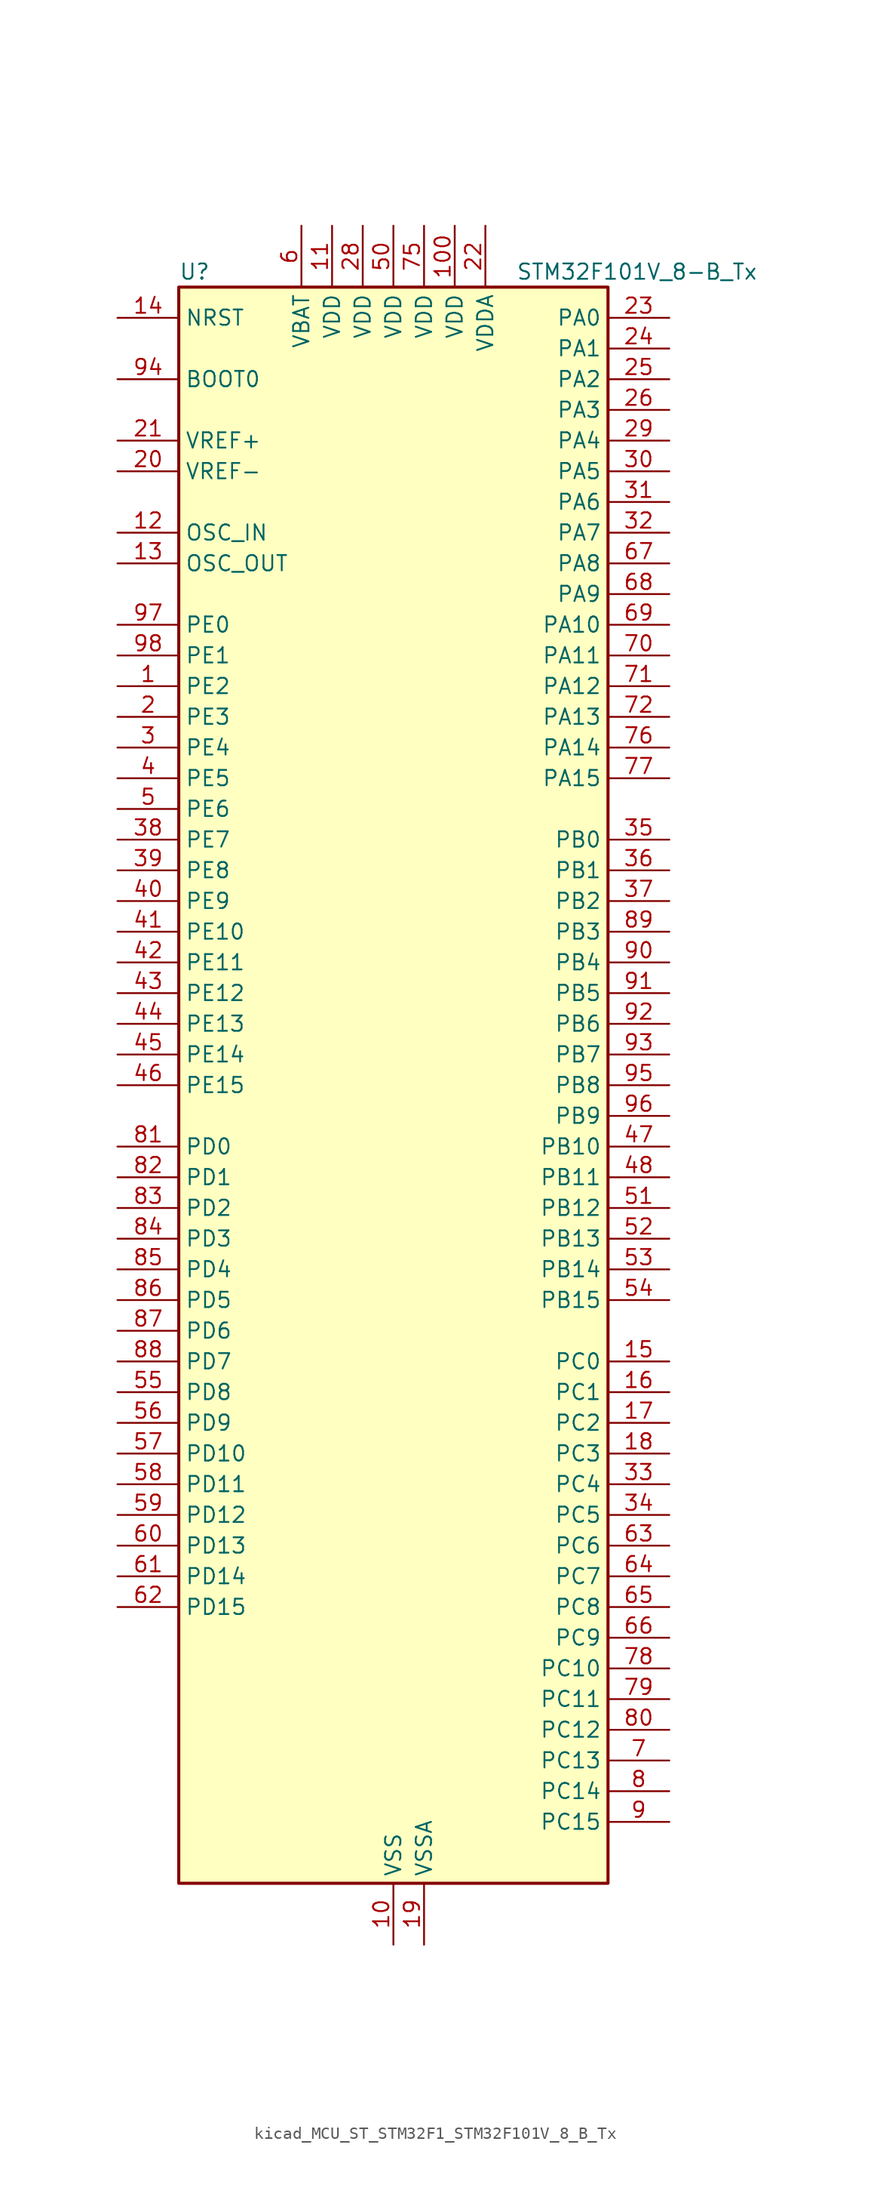
<source format=kicad_sym>
(kicad_symbol_lib
  (version 20220914)
  (generator kicad_symbol_editor)
  (symbol "kicad_MCU_ST_STM32F1_STM32F101V_8_B_Tx"
    (property "Reference" "U"
      (at -17.78 67.31 0)
      (effects (font (size 1.27 1.27)) (justify left)))
    (property "Value" "STM32F101V_8-B_Tx"
      (at 10.16 67.31 0)
      (effects (font (size 1.27 1.27)) (justify left)))
    (property "ki_locked" ""
      (at 0 0 0)
      (effects (font (size 1.27 1.27))))
    (symbol "kicad_MCU_ST_STM32F1_STM32F101V_8_B_Tx_0_1"
      (rectangle (start -17.78 -66.04) (end 17.78 66.04) (stroke (width 0.254) (type default)) (fill (type background))))
    (symbol "kicad_MCU_ST_STM32F1_STM32F101V_8_B_Tx_1_1"
      (pin bidirectional line (at -22.86 33.02 0) (length 5.08) (name "PE2" (effects (font (size 1.27 1.27)))) (number "1" (effects (font (size 1.27 1.27)))) (alternate "SYS_TRACECLK" bidirectional line))
      (pin power_in line (at 0 -71.12 90) (length 5.08) (name "VSS" (effects (font (size 1.27 1.27)))) (number "10" (effects (font (size 1.27 1.27)))))
      (pin power_in line (at 5.08 71.12 270) (length 5.08) (name "VDD" (effects (font (size 1.27 1.27)))) (number "100" (effects (font (size 1.27 1.27)))))
      (pin power_in line (at -5.08 71.12 270) (length 5.08) (name "VDD" (effects (font (size 1.27 1.27)))) (number "11" (effects (font (size 1.27 1.27)))))
      (pin input line (at -22.86 45.72 0) (length 5.08) (name "OSC_IN" (effects (font (size 1.27 1.27)))) (number "12" (effects (font (size 1.27 1.27)))) (alternate "RCC_OSC_IN" bidirectional line))
      (pin input line (at -22.86 43.18 0) (length 5.08) (name "OSC_OUT" (effects (font (size 1.27 1.27)))) (number "13" (effects (font (size 1.27 1.27)))) (alternate "RCC_OSC_OUT" bidirectional line))
      (pin input line (at -22.86 63.5 0) (length 5.08) (name "NRST" (effects (font (size 1.27 1.27)))) (number "14" (effects (font (size 1.27 1.27)))))
      (pin bidirectional line (at 22.86 -22.86 180) (length 5.08) (name "PC0" (effects (font (size 1.27 1.27)))) (number "15" (effects (font (size 1.27 1.27)))) (alternate "ADC1_IN10" bidirectional line))
      (pin bidirectional line (at 22.86 -25.4 180) (length 5.08) (name "PC1" (effects (font (size 1.27 1.27)))) (number "16" (effects (font (size 1.27 1.27)))) (alternate "ADC1_IN11" bidirectional line))
      (pin bidirectional line (at 22.86 -27.94 180) (length 5.08) (name "PC2" (effects (font (size 1.27 1.27)))) (number "17" (effects (font (size 1.27 1.27)))) (alternate "ADC1_IN12" bidirectional line))
      (pin bidirectional line (at 22.86 -30.48 180) (length 5.08) (name "PC3" (effects (font (size 1.27 1.27)))) (number "18" (effects (font (size 1.27 1.27)))) (alternate "ADC1_IN13" bidirectional line))
      (pin power_in line (at 2.54 -71.12 90) (length 5.08) (name "VSSA" (effects (font (size 1.27 1.27)))) (number "19" (effects (font (size 1.27 1.27)))))
      (pin bidirectional line (at -22.86 30.48 0) (length 5.08) (name "PE3" (effects (font (size 1.27 1.27)))) (number "2" (effects (font (size 1.27 1.27)))) (alternate "SYS_TRACED0" bidirectional line))
      (pin input line (at -22.86 50.8 0) (length 5.08) (name "VREF-" (effects (font (size 1.27 1.27)))) (number "20" (effects (font (size 1.27 1.27)))))
      (pin input line (at -22.86 53.34 0) (length 5.08) (name "VREF+" (effects (font (size 1.27 1.27)))) (number "21" (effects (font (size 1.27 1.27)))))
      (pin power_in line (at 7.62 71.12 270) (length 5.08) (name "VDDA" (effects (font (size 1.27 1.27)))) (number "22" (effects (font (size 1.27 1.27)))))
      (pin bidirectional line (at 22.86 63.5 180) (length 5.08) (name "PA0" (effects (font (size 1.27 1.27)))) (number "23" (effects (font (size 1.27 1.27)))) (alternate "ADC1_IN0" bidirectional line) (alternate "SYS_WKUP" bidirectional line) (alternate "TIM2_CH1" bidirectional line) (alternate "TIM2_ETR" bidirectional line) (alternate "USART2_CTS" bidirectional line))
      (pin bidirectional line (at 22.86 60.96 180) (length 5.08) (name "PA1" (effects (font (size 1.27 1.27)))) (number "24" (effects (font (size 1.27 1.27)))) (alternate "ADC1_IN1" bidirectional line) (alternate "TIM2_CH2" bidirectional line) (alternate "USART2_RTS" bidirectional line))
      (pin bidirectional line (at 22.86 58.42 180) (length 5.08) (name "PA2" (effects (font (size 1.27 1.27)))) (number "25" (effects (font (size 1.27 1.27)))) (alternate "ADC1_IN2" bidirectional line) (alternate "TIM2_CH3" bidirectional line) (alternate "USART2_TX" bidirectional line))
      (pin bidirectional line (at 22.86 55.88 180) (length 5.08) (name "PA3" (effects (font (size 1.27 1.27)))) (number "26" (effects (font (size 1.27 1.27)))) (alternate "ADC1_IN3" bidirectional line) (alternate "TIM2_CH4" bidirectional line) (alternate "USART2_RX" bidirectional line))
      (pin passive line (at 0 -71.12 90) (length 5.08) hide (name "VSS" (effects (font (size 1.27 1.27)))) (number "27" (effects (font (size 1.27 1.27)))))
      (pin power_in line (at -2.54 71.12 270) (length 5.08) (name "VDD" (effects (font (size 1.27 1.27)))) (number "28" (effects (font (size 1.27 1.27)))))
      (pin bidirectional line (at 22.86 53.34 180) (length 5.08) (name "PA4" (effects (font (size 1.27 1.27)))) (number "29" (effects (font (size 1.27 1.27)))) (alternate "ADC1_IN4" bidirectional line) (alternate "SPI1_NSS" bidirectional line) (alternate "USART2_CK" bidirectional line))
      (pin bidirectional line (at -22.86 27.94 0) (length 5.08) (name "PE4" (effects (font (size 1.27 1.27)))) (number "3" (effects (font (size 1.27 1.27)))) (alternate "SYS_TRACED1" bidirectional line))
      (pin bidirectional line (at 22.86 50.8 180) (length 5.08) (name "PA5" (effects (font (size 1.27 1.27)))) (number "30" (effects (font (size 1.27 1.27)))) (alternate "ADC1_IN5" bidirectional line) (alternate "SPI1_SCK" bidirectional line))
      (pin bidirectional line (at 22.86 48.26 180) (length 5.08) (name "PA6" (effects (font (size 1.27 1.27)))) (number "31" (effects (font (size 1.27 1.27)))) (alternate "ADC1_IN6" bidirectional line) (alternate "SPI1_MISO" bidirectional line) (alternate "TIM3_CH1" bidirectional line))
      (pin bidirectional line (at 22.86 45.72 180) (length 5.08) (name "PA7" (effects (font (size 1.27 1.27)))) (number "32" (effects (font (size 1.27 1.27)))) (alternate "ADC1_IN7" bidirectional line) (alternate "SPI1_MOSI" bidirectional line) (alternate "TIM3_CH2" bidirectional line))
      (pin bidirectional line (at 22.86 -33.02 180) (length 5.08) (name "PC4" (effects (font (size 1.27 1.27)))) (number "33" (effects (font (size 1.27 1.27)))) (alternate "ADC1_IN14" bidirectional line))
      (pin bidirectional line (at 22.86 -35.56 180) (length 5.08) (name "PC5" (effects (font (size 1.27 1.27)))) (number "34" (effects (font (size 1.27 1.27)))) (alternate "ADC1_IN15" bidirectional line))
      (pin bidirectional line (at 22.86 20.32 180) (length 5.08) (name "PB0" (effects (font (size 1.27 1.27)))) (number "35" (effects (font (size 1.27 1.27)))) (alternate "ADC1_IN8" bidirectional line) (alternate "TIM3_CH3" bidirectional line))
      (pin bidirectional line (at 22.86 17.78 180) (length 5.08) (name "PB1" (effects (font (size 1.27 1.27)))) (number "36" (effects (font (size 1.27 1.27)))) (alternate "ADC1_IN9" bidirectional line) (alternate "TIM3_CH4" bidirectional line))
      (pin bidirectional line (at 22.86 15.24 180) (length 5.08) (name "PB2" (effects (font (size 1.27 1.27)))) (number "37" (effects (font (size 1.27 1.27)))))
      (pin bidirectional line (at -22.86 20.32 0) (length 5.08) (name "PE7" (effects (font (size 1.27 1.27)))) (number "38" (effects (font (size 1.27 1.27)))))
      (pin bidirectional line (at -22.86 17.78 0) (length 5.08) (name "PE8" (effects (font (size 1.27 1.27)))) (number "39" (effects (font (size 1.27 1.27)))))
      (pin bidirectional line (at -22.86 25.4 0) (length 5.08) (name "PE5" (effects (font (size 1.27 1.27)))) (number "4" (effects (font (size 1.27 1.27)))) (alternate "SYS_TRACED2" bidirectional line))
      (pin bidirectional line (at -22.86 15.24 0) (length 5.08) (name "PE9" (effects (font (size 1.27 1.27)))) (number "40" (effects (font (size 1.27 1.27)))))
      (pin bidirectional line (at -22.86 12.7 0) (length 5.08) (name "PE10" (effects (font (size 1.27 1.27)))) (number "41" (effects (font (size 1.27 1.27)))))
      (pin bidirectional line (at -22.86 10.16 0) (length 5.08) (name "PE11" (effects (font (size 1.27 1.27)))) (number "42" (effects (font (size 1.27 1.27)))) (alternate "ADC1_EXTI11" bidirectional line))
      (pin bidirectional line (at -22.86 7.62 0) (length 5.08) (name "PE12" (effects (font (size 1.27 1.27)))) (number "43" (effects (font (size 1.27 1.27)))))
      (pin bidirectional line (at -22.86 5.08 0) (length 5.08) (name "PE13" (effects (font (size 1.27 1.27)))) (number "44" (effects (font (size 1.27 1.27)))))
      (pin bidirectional line (at -22.86 2.54 0) (length 5.08) (name "PE14" (effects (font (size 1.27 1.27)))) (number "45" (effects (font (size 1.27 1.27)))))
      (pin bidirectional line (at -22.86 0 0) (length 5.08) (name "PE15" (effects (font (size 1.27 1.27)))) (number "46" (effects (font (size 1.27 1.27)))) (alternate "ADC1_EXTI15" bidirectional line))
      (pin bidirectional line (at 22.86 -5.08 180) (length 5.08) (name "PB10" (effects (font (size 1.27 1.27)))) (number "47" (effects (font (size 1.27 1.27)))) (alternate "I2C2_SCL" bidirectional line) (alternate "TIM2_CH3" bidirectional line) (alternate "USART3_TX" bidirectional line))
      (pin bidirectional line (at 22.86 -7.62 180) (length 5.08) (name "PB11" (effects (font (size 1.27 1.27)))) (number "48" (effects (font (size 1.27 1.27)))) (alternate "ADC1_EXTI11" bidirectional line) (alternate "I2C2_SDA" bidirectional line) (alternate "TIM2_CH4" bidirectional line) (alternate "USART3_RX" bidirectional line))
      (pin passive line (at 0 -71.12 90) (length 5.08) hide (name "VSS" (effects (font (size 1.27 1.27)))) (number "49" (effects (font (size 1.27 1.27)))))
      (pin bidirectional line (at -22.86 22.86 0) (length 5.08) (name "PE6" (effects (font (size 1.27 1.27)))) (number "5" (effects (font (size 1.27 1.27)))) (alternate "SYS_TRACED3" bidirectional line))
      (pin power_in line (at 0 71.12 270) (length 5.08) (name "VDD" (effects (font (size 1.27 1.27)))) (number "50" (effects (font (size 1.27 1.27)))))
      (pin bidirectional line (at 22.86 -10.16 180) (length 5.08) (name "PB12" (effects (font (size 1.27 1.27)))) (number "51" (effects (font (size 1.27 1.27)))) (alternate "I2C2_SMBA" bidirectional line) (alternate "SPI2_NSS" bidirectional line) (alternate "USART3_CK" bidirectional line))
      (pin bidirectional line (at 22.86 -12.7 180) (length 5.08) (name "PB13" (effects (font (size 1.27 1.27)))) (number "52" (effects (font (size 1.27 1.27)))) (alternate "SPI2_SCK" bidirectional line) (alternate "USART3_CTS" bidirectional line))
      (pin bidirectional line (at 22.86 -15.24 180) (length 5.08) (name "PB14" (effects (font (size 1.27 1.27)))) (number "53" (effects (font (size 1.27 1.27)))) (alternate "SPI2_MISO" bidirectional line) (alternate "USART3_RTS" bidirectional line))
      (pin bidirectional line (at 22.86 -17.78 180) (length 5.08) (name "PB15" (effects (font (size 1.27 1.27)))) (number "54" (effects (font (size 1.27 1.27)))) (alternate "ADC1_EXTI15" bidirectional line) (alternate "SPI2_MOSI" bidirectional line))
      (pin bidirectional line (at -22.86 -25.4 0) (length 5.08) (name "PD8" (effects (font (size 1.27 1.27)))) (number "55" (effects (font (size 1.27 1.27)))) (alternate "USART3_TX" bidirectional line))
      (pin bidirectional line (at -22.86 -27.94 0) (length 5.08) (name "PD9" (effects (font (size 1.27 1.27)))) (number "56" (effects (font (size 1.27 1.27)))) (alternate "USART3_RX" bidirectional line))
      (pin bidirectional line (at -22.86 -30.48 0) (length 5.08) (name "PD10" (effects (font (size 1.27 1.27)))) (number "57" (effects (font (size 1.27 1.27)))) (alternate "USART3_CK" bidirectional line))
      (pin bidirectional line (at -22.86 -33.02 0) (length 5.08) (name "PD11" (effects (font (size 1.27 1.27)))) (number "58" (effects (font (size 1.27 1.27)))) (alternate "ADC1_EXTI11" bidirectional line) (alternate "USART3_CTS" bidirectional line))
      (pin bidirectional line (at -22.86 -35.56 0) (length 5.08) (name "PD12" (effects (font (size 1.27 1.27)))) (number "59" (effects (font (size 1.27 1.27)))) (alternate "TIM4_CH1" bidirectional line) (alternate "USART3_RTS" bidirectional line))
      (pin power_in line (at -7.62 71.12 270) (length 5.08) (name "VBAT" (effects (font (size 1.27 1.27)))) (number "6" (effects (font (size 1.27 1.27)))))
      (pin bidirectional line (at -22.86 -38.1 0) (length 5.08) (name "PD13" (effects (font (size 1.27 1.27)))) (number "60" (effects (font (size 1.27 1.27)))) (alternate "TIM4_CH2" bidirectional line))
      (pin bidirectional line (at -22.86 -40.64 0) (length 5.08) (name "PD14" (effects (font (size 1.27 1.27)))) (number "61" (effects (font (size 1.27 1.27)))) (alternate "TIM4_CH3" bidirectional line))
      (pin bidirectional line (at -22.86 -43.18 0) (length 5.08) (name "PD15" (effects (font (size 1.27 1.27)))) (number "62" (effects (font (size 1.27 1.27)))) (alternate "ADC1_EXTI15" bidirectional line) (alternate "TIM4_CH4" bidirectional line))
      (pin bidirectional line (at 22.86 -38.1 180) (length 5.08) (name "PC6" (effects (font (size 1.27 1.27)))) (number "63" (effects (font (size 1.27 1.27)))) (alternate "TIM3_CH1" bidirectional line))
      (pin bidirectional line (at 22.86 -40.64 180) (length 5.08) (name "PC7" (effects (font (size 1.27 1.27)))) (number "64" (effects (font (size 1.27 1.27)))) (alternate "TIM3_CH2" bidirectional line))
      (pin bidirectional line (at 22.86 -43.18 180) (length 5.08) (name "PC8" (effects (font (size 1.27 1.27)))) (number "65" (effects (font (size 1.27 1.27)))) (alternate "TIM3_CH3" bidirectional line))
      (pin bidirectional line (at 22.86 -45.72 180) (length 5.08) (name "PC9" (effects (font (size 1.27 1.27)))) (number "66" (effects (font (size 1.27 1.27)))) (alternate "TIM3_CH4" bidirectional line))
      (pin bidirectional line (at 22.86 43.18 180) (length 5.08) (name "PA8" (effects (font (size 1.27 1.27)))) (number "67" (effects (font (size 1.27 1.27)))) (alternate "RCC_MCO" bidirectional line) (alternate "USART1_CK" bidirectional line))
      (pin bidirectional line (at 22.86 40.64 180) (length 5.08) (name "PA9" (effects (font (size 1.27 1.27)))) (number "68" (effects (font (size 1.27 1.27)))) (alternate "USART1_TX" bidirectional line))
      (pin bidirectional line (at 22.86 38.1 180) (length 5.08) (name "PA10" (effects (font (size 1.27 1.27)))) (number "69" (effects (font (size 1.27 1.27)))) (alternate "USART1_RX" bidirectional line))
      (pin bidirectional line (at 22.86 -55.88 180) (length 5.08) (name "PC13" (effects (font (size 1.27 1.27)))) (number "7" (effects (font (size 1.27 1.27)))) (alternate "RTC_OUT" bidirectional line) (alternate "RTC_TAMPER" bidirectional line))
      (pin bidirectional line (at 22.86 35.56 180) (length 5.08) (name "PA11" (effects (font (size 1.27 1.27)))) (number "70" (effects (font (size 1.27 1.27)))) (alternate "ADC1_EXTI11" bidirectional line) (alternate "USART1_CTS" bidirectional line))
      (pin bidirectional line (at 22.86 33.02 180) (length 5.08) (name "PA12" (effects (font (size 1.27 1.27)))) (number "71" (effects (font (size 1.27 1.27)))) (alternate "USART1_RTS" bidirectional line))
      (pin bidirectional line (at 22.86 30.48 180) (length 5.08) (name "PA13" (effects (font (size 1.27 1.27)))) (number "72" (effects (font (size 1.27 1.27)))) (alternate "SYS_JTMS-SWDIO" bidirectional line))
      (pin no_connect line (at -17.78 -66.04 0) (length 5.08) hide (name "NC" (effects (font (size 1.27 1.27)))) (number "73" (effects (font (size 1.27 1.27)))))
      (pin passive line (at 0 -71.12 90) (length 5.08) hide (name "VSS" (effects (font (size 1.27 1.27)))) (number "74" (effects (font (size 1.27 1.27)))))
      (pin power_in line (at 2.54 71.12 270) (length 5.08) (name "VDD" (effects (font (size 1.27 1.27)))) (number "75" (effects (font (size 1.27 1.27)))))
      (pin bidirectional line (at 22.86 27.94 180) (length 5.08) (name "PA14" (effects (font (size 1.27 1.27)))) (number "76" (effects (font (size 1.27 1.27)))) (alternate "SYS_JTCK-SWCLK" bidirectional line))
      (pin bidirectional line (at 22.86 25.4 180) (length 5.08) (name "PA15" (effects (font (size 1.27 1.27)))) (number "77" (effects (font (size 1.27 1.27)))) (alternate "ADC1_EXTI15" bidirectional line) (alternate "SPI1_NSS" bidirectional line) (alternate "SYS_JTDI" bidirectional line) (alternate "TIM2_CH1" bidirectional line) (alternate "TIM2_ETR" bidirectional line))
      (pin bidirectional line (at 22.86 -48.26 180) (length 5.08) (name "PC10" (effects (font (size 1.27 1.27)))) (number "78" (effects (font (size 1.27 1.27)))) (alternate "USART3_TX" bidirectional line))
      (pin bidirectional line (at 22.86 -50.8 180) (length 5.08) (name "PC11" (effects (font (size 1.27 1.27)))) (number "79" (effects (font (size 1.27 1.27)))) (alternate "ADC1_EXTI11" bidirectional line) (alternate "USART3_RX" bidirectional line))
      (pin bidirectional line (at 22.86 -58.42 180) (length 5.08) (name "PC14" (effects (font (size 1.27 1.27)))) (number "8" (effects (font (size 1.27 1.27)))) (alternate "RCC_OSC32_IN" bidirectional line))
      (pin bidirectional line (at 22.86 -53.34 180) (length 5.08) (name "PC12" (effects (font (size 1.27 1.27)))) (number "80" (effects (font (size 1.27 1.27)))) (alternate "USART3_CK" bidirectional line))
      (pin bidirectional line (at -22.86 -5.08 0) (length 5.08) (name "PD0" (effects (font (size 1.27 1.27)))) (number "81" (effects (font (size 1.27 1.27)))))
      (pin bidirectional line (at -22.86 -7.62 0) (length 5.08) (name "PD1" (effects (font (size 1.27 1.27)))) (number "82" (effects (font (size 1.27 1.27)))))
      (pin bidirectional line (at -22.86 -10.16 0) (length 5.08) (name "PD2" (effects (font (size 1.27 1.27)))) (number "83" (effects (font (size 1.27 1.27)))) (alternate "TIM3_ETR" bidirectional line))
      (pin bidirectional line (at -22.86 -12.7 0) (length 5.08) (name "PD3" (effects (font (size 1.27 1.27)))) (number "84" (effects (font (size 1.27 1.27)))) (alternate "USART2_CTS" bidirectional line))
      (pin bidirectional line (at -22.86 -15.24 0) (length 5.08) (name "PD4" (effects (font (size 1.27 1.27)))) (number "85" (effects (font (size 1.27 1.27)))) (alternate "USART2_RTS" bidirectional line))
      (pin bidirectional line (at -22.86 -17.78 0) (length 5.08) (name "PD5" (effects (font (size 1.27 1.27)))) (number "86" (effects (font (size 1.27 1.27)))) (alternate "USART2_TX" bidirectional line))
      (pin bidirectional line (at -22.86 -20.32 0) (length 5.08) (name "PD6" (effects (font (size 1.27 1.27)))) (number "87" (effects (font (size 1.27 1.27)))) (alternate "USART2_RX" bidirectional line))
      (pin bidirectional line (at -22.86 -22.86 0) (length 5.08) (name "PD7" (effects (font (size 1.27 1.27)))) (number "88" (effects (font (size 1.27 1.27)))) (alternate "USART2_CK" bidirectional line))
      (pin bidirectional line (at 22.86 12.7 180) (length 5.08) (name "PB3" (effects (font (size 1.27 1.27)))) (number "89" (effects (font (size 1.27 1.27)))) (alternate "SPI1_SCK" bidirectional line) (alternate "SYS_JTDO-TRACESWO" bidirectional line) (alternate "TIM2_CH2" bidirectional line))
      (pin bidirectional line (at 22.86 -60.96 180) (length 5.08) (name "PC15" (effects (font (size 1.27 1.27)))) (number "9" (effects (font (size 1.27 1.27)))) (alternate "ADC1_EXTI15" bidirectional line) (alternate "RCC_OSC32_OUT" bidirectional line))
      (pin bidirectional line (at 22.86 10.16 180) (length 5.08) (name "PB4" (effects (font (size 1.27 1.27)))) (number "90" (effects (font (size 1.27 1.27)))) (alternate "SPI1_MISO" bidirectional line) (alternate "SYS_NJTRST" bidirectional line) (alternate "TIM3_CH1" bidirectional line))
      (pin bidirectional line (at 22.86 7.62 180) (length 5.08) (name "PB5" (effects (font (size 1.27 1.27)))) (number "91" (effects (font (size 1.27 1.27)))) (alternate "I2C1_SMBA" bidirectional line) (alternate "SPI1_MOSI" bidirectional line) (alternate "TIM3_CH2" bidirectional line))
      (pin bidirectional line (at 22.86 5.08 180) (length 5.08) (name "PB6" (effects (font (size 1.27 1.27)))) (number "92" (effects (font (size 1.27 1.27)))) (alternate "I2C1_SCL" bidirectional line) (alternate "TIM4_CH1" bidirectional line) (alternate "USART1_TX" bidirectional line))
      (pin bidirectional line (at 22.86 2.54 180) (length 5.08) (name "PB7" (effects (font (size 1.27 1.27)))) (number "93" (effects (font (size 1.27 1.27)))) (alternate "I2C1_SDA" bidirectional line) (alternate "TIM4_CH2" bidirectional line) (alternate "USART1_RX" bidirectional line))
      (pin input line (at -22.86 58.42 0) (length 5.08) (name "BOOT0" (effects (font (size 1.27 1.27)))) (number "94" (effects (font (size 1.27 1.27)))))
      (pin bidirectional line (at 22.86 0 180) (length 5.08) (name "PB8" (effects (font (size 1.27 1.27)))) (number "95" (effects (font (size 1.27 1.27)))) (alternate "I2C1_SCL" bidirectional line) (alternate "TIM4_CH3" bidirectional line))
      (pin bidirectional line (at 22.86 -2.54 180) (length 5.08) (name "PB9" (effects (font (size 1.27 1.27)))) (number "96" (effects (font (size 1.27 1.27)))) (alternate "I2C1_SDA" bidirectional line) (alternate "TIM4_CH4" bidirectional line))
      (pin bidirectional line (at -22.86 38.1 0) (length 5.08) (name "PE0" (effects (font (size 1.27 1.27)))) (number "97" (effects (font (size 1.27 1.27)))) (alternate "TIM4_ETR" bidirectional line))
      (pin bidirectional line (at -22.86 35.56 0) (length 5.08) (name "PE1" (effects (font (size 1.27 1.27)))) (number "98" (effects (font (size 1.27 1.27)))))
      (pin passive line (at 0 -71.12 90) (length 5.08) hide (name "VSS" (effects (font (size 1.27 1.27)))) (number "99" (effects (font (size 1.27 1.27))))))))
</source>
